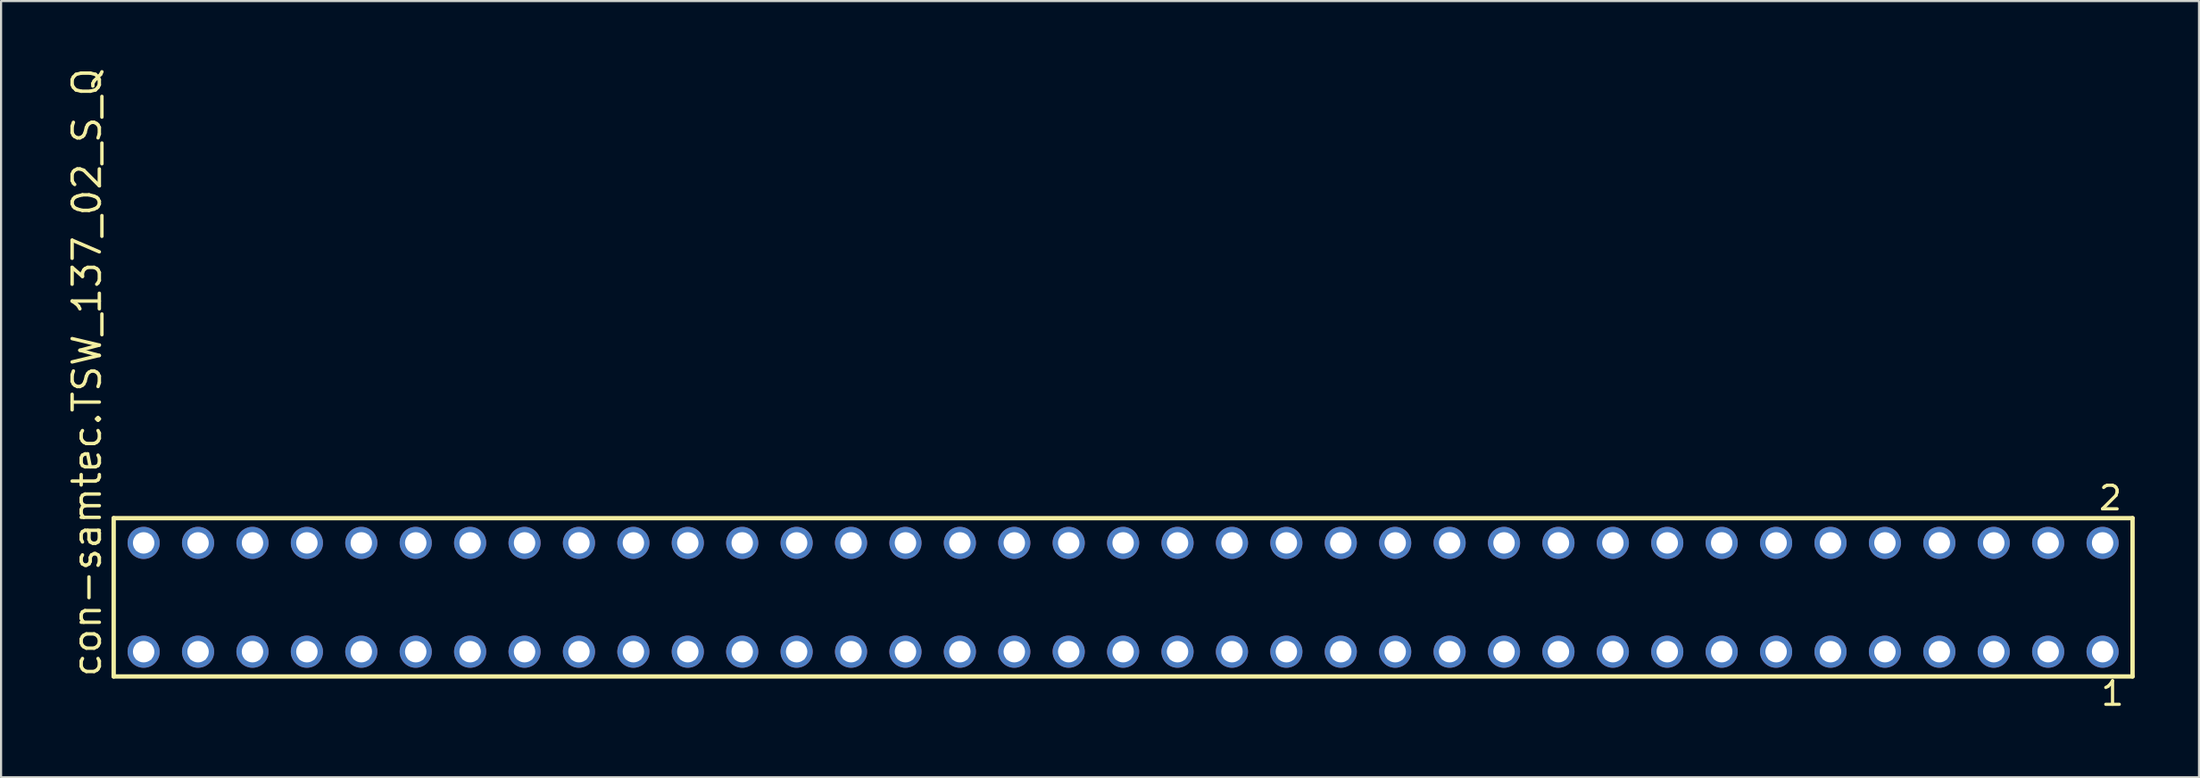
<source format=kicad_pcb>
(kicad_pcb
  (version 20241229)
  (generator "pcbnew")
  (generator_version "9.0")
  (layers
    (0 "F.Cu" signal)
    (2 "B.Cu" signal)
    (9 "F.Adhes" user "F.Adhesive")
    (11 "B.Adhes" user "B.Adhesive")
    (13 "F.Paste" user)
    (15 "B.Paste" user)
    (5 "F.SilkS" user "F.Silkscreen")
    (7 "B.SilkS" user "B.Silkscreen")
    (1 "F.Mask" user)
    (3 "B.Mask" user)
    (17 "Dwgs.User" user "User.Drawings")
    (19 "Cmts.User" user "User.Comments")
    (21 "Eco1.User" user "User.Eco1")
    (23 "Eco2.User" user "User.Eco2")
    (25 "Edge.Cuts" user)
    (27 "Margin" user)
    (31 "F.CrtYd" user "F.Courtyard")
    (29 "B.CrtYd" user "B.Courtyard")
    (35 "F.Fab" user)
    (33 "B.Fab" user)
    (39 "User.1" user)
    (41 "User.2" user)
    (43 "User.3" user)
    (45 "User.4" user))
  (footprint "con-samtec.TSW_137_02_S_Q"
    (layer "F.Cu")
    (at 49.375 24.84)
    (property "Reference" "con-samtec.TSW_137_02_S_Q" (at -47.625 3.81 90) (layer "F.SilkS") (effects (font (size 1.27 1.27) (thickness 0.16)) (justify left bottom)))
    (attr through_hole)
    (fp_line (start -47.119 -3.695) (end 47.119 -3.695) (stroke (width 0.203) (type default)) (layer "F.SilkS"))
    (fp_line (start -47.119 3.695) (end -47.119 -3.695) (stroke (width 0.203) (type default)) (layer "F.SilkS"))
    (fp_line (start 47.119 -3.695) (end 47.119 3.695) (stroke (width 0.203) (type default)) (layer "F.SilkS"))
    (fp_line (start 47.119 3.695) (end -47.119 3.695) (stroke (width 0.203) (type default)) (layer "F.SilkS"))
    (fp_rect (start -46.07 -2.19) (end -45.37 -2.89) (stroke (width 0.05) (type default)) (fill no) (layer "F.Fab"))
    (fp_rect (start -46.07 2.89) (end -45.37 2.19) (stroke (width 0.05) (type default)) (fill no) (layer "F.Fab"))
    (fp_rect (start -43.53 -2.19) (end -42.83 -2.89) (stroke (width 0.05) (type default)) (fill no) (layer "F.Fab"))
    (fp_rect (start -43.53 2.89) (end -42.83 2.19) (stroke (width 0.05) (type default)) (fill no) (layer "F.Fab"))
    (fp_rect (start -40.99 -2.19) (end -40.29 -2.89) (stroke (width 0.05) (type default)) (fill no) (layer "F.Fab"))
    (fp_rect (start -40.99 2.89) (end -40.29 2.19) (stroke (width 0.05) (type default)) (fill no) (layer "F.Fab"))
    (fp_rect (start -38.45 -2.19) (end -37.75 -2.89) (stroke (width 0.05) (type default)) (fill no) (layer "F.Fab"))
    (fp_rect (start -38.45 2.89) (end -37.75 2.19) (stroke (width 0.05) (type default)) (fill no) (layer "F.Fab"))
    (fp_rect (start -35.91 -2.19) (end -35.21 -2.89) (stroke (width 0.05) (type default)) (fill no) (layer "F.Fab"))
    (fp_rect (start -35.91 2.89) (end -35.21 2.19) (stroke (width 0.05) (type default)) (fill no) (layer "F.Fab"))
    (fp_rect (start -33.37 -2.19) (end -32.67 -2.89) (stroke (width 0.05) (type default)) (fill no) (layer "F.Fab"))
    (fp_rect (start -33.37 2.89) (end -32.67 2.19) (stroke (width 0.05) (type default)) (fill no) (layer "F.Fab"))
    (fp_rect (start -30.83 -2.19) (end -30.13 -2.89) (stroke (width 0.05) (type default)) (fill no) (layer "F.Fab"))
    (fp_rect (start -30.83 2.89) (end -30.13 2.19) (stroke (width 0.05) (type default)) (fill no) (layer "F.Fab"))
    (fp_rect (start -28.29 -2.19) (end -27.59 -2.89) (stroke (width 0.05) (type default)) (fill no) (layer "F.Fab"))
    (fp_rect (start -28.29 2.89) (end -27.59 2.19) (stroke (width 0.05) (type default)) (fill no) (layer "F.Fab"))
    (fp_rect (start -25.75 -2.19) (end -25.05 -2.89) (stroke (width 0.05) (type default)) (fill no) (layer "F.Fab"))
    (fp_rect (start -25.75 2.89) (end -25.05 2.19) (stroke (width 0.05) (type default)) (fill no) (layer "F.Fab"))
    (fp_rect (start -23.21 -2.19) (end -22.51 -2.89) (stroke (width 0.05) (type default)) (fill no) (layer "F.Fab"))
    (fp_rect (start -23.21 2.89) (end -22.51 2.19) (stroke (width 0.05) (type default)) (fill no) (layer "F.Fab"))
    (fp_rect (start -20.67 -2.19) (end -19.97 -2.89) (stroke (width 0.05) (type default)) (fill no) (layer "F.Fab"))
    (fp_rect (start -20.67 2.89) (end -19.97 2.19) (stroke (width 0.05) (type default)) (fill no) (layer "F.Fab"))
    (fp_rect (start -18.13 -2.19) (end -17.43 -2.89) (stroke (width 0.05) (type default)) (fill no) (layer "F.Fab"))
    (fp_rect (start -18.13 2.89) (end -17.43 2.19) (stroke (width 0.05) (type default)) (fill no) (layer "F.Fab"))
    (fp_rect (start -15.59 -2.19) (end -14.89 -2.89) (stroke (width 0.05) (type default)) (fill no) (layer "F.Fab"))
    (fp_rect (start -15.59 2.89) (end -14.89 2.19) (stroke (width 0.05) (type default)) (fill no) (layer "F.Fab"))
    (fp_rect (start -13.05 -2.19) (end -12.35 -2.89) (stroke (width 0.05) (type default)) (fill no) (layer "F.Fab"))
    (fp_rect (start -13.05 2.89) (end -12.35 2.19) (stroke (width 0.05) (type default)) (fill no) (layer "F.Fab"))
    (fp_rect (start -10.51 -2.19) (end -9.81 -2.89) (stroke (width 0.05) (type default)) (fill no) (layer "F.Fab"))
    (fp_rect (start -10.51 2.89) (end -9.81 2.19) (stroke (width 0.05) (type default)) (fill no) (layer "F.Fab"))
    (fp_rect (start -7.97 -2.19) (end -7.27 -2.89) (stroke (width 0.05) (type default)) (fill no) (layer "F.Fab"))
    (fp_rect (start -7.97 2.89) (end -7.27 2.19) (stroke (width 0.05) (type default)) (fill no) (layer "F.Fab"))
    (fp_rect (start -5.43 -2.19) (end -4.73 -2.89) (stroke (width 0.05) (type default)) (fill no) (layer "F.Fab"))
    (fp_rect (start -5.43 2.89) (end -4.73 2.19) (stroke (width 0.05) (type default)) (fill no) (layer "F.Fab"))
    (fp_rect (start -2.89 -2.19) (end -2.19 -2.89) (stroke (width 0.05) (type default)) (fill no) (layer "F.Fab"))
    (fp_rect (start -2.89 2.89) (end -2.19 2.19) (stroke (width 0.05) (type default)) (fill no) (layer "F.Fab"))
    (fp_rect (start -0.35 -2.19) (end 0.35 -2.89) (stroke (width 0.05) (type default)) (fill no) (layer "F.Fab"))
    (fp_rect (start -0.35 2.89) (end 0.35 2.19) (stroke (width 0.05) (type default)) (fill no) (layer "F.Fab"))
    (fp_rect (start 2.19 -2.19) (end 2.89 -2.89) (stroke (width 0.05) (type default)) (fill no) (layer "F.Fab"))
    (fp_rect (start 2.19 2.89) (end 2.89 2.19) (stroke (width 0.05) (type default)) (fill no) (layer "F.Fab"))
    (fp_rect (start 4.73 -2.19) (end 5.43 -2.89) (stroke (width 0.05) (type default)) (fill no) (layer "F.Fab"))
    (fp_rect (start 4.73 2.89) (end 5.43 2.19) (stroke (width 0.05) (type default)) (fill no) (layer "F.Fab"))
    (fp_rect (start 7.27 -2.19) (end 7.97 -2.89) (stroke (width 0.05) (type default)) (fill no) (layer "F.Fab"))
    (fp_rect (start 7.27 2.89) (end 7.97 2.19) (stroke (width 0.05) (type default)) (fill no) (layer "F.Fab"))
    (fp_rect (start 9.81 -2.19) (end 10.51 -2.89) (stroke (width 0.05) (type default)) (fill no) (layer "F.Fab"))
    (fp_rect (start 9.81 2.89) (end 10.51 2.19) (stroke (width 0.05) (type default)) (fill no) (layer "F.Fab"))
    (fp_rect (start 12.35 -2.19) (end 13.05 -2.89) (stroke (width 0.05) (type default)) (fill no) (layer "F.Fab"))
    (fp_rect (start 12.35 2.89) (end 13.05 2.19) (stroke (width 0.05) (type default)) (fill no) (layer "F.Fab"))
    (fp_rect (start 14.89 -2.19) (end 15.59 -2.89) (stroke (width 0.05) (type default)) (fill no) (layer "F.Fab"))
    (fp_rect (start 14.89 2.89) (end 15.59 2.19) (stroke (width 0.05) (type default)) (fill no) (layer "F.Fab"))
    (fp_rect (start 17.43 -2.19) (end 18.13 -2.89) (stroke (width 0.05) (type default)) (fill no) (layer "F.Fab"))
    (fp_rect (start 17.43 2.89) (end 18.13 2.19) (stroke (width 0.05) (type default)) (fill no) (layer "F.Fab"))
    (fp_rect (start 19.97 -2.19) (end 20.67 -2.89) (stroke (width 0.05) (type default)) (fill no) (layer "F.Fab"))
    (fp_rect (start 19.97 2.89) (end 20.67 2.19) (stroke (width 0.05) (type default)) (fill no) (layer "F.Fab"))
    (fp_rect (start 22.51 -2.19) (end 23.21 -2.89) (stroke (width 0.05) (type default)) (fill no) (layer "F.Fab"))
    (fp_rect (start 22.51 2.89) (end 23.21 2.19) (stroke (width 0.05) (type default)) (fill no) (layer "F.Fab"))
    (fp_rect (start 25.05 -2.19) (end 25.75 -2.89) (stroke (width 0.05) (type default)) (fill no) (layer "F.Fab"))
    (fp_rect (start 25.05 2.89) (end 25.75 2.19) (stroke (width 0.05) (type default)) (fill no) (layer "F.Fab"))
    (fp_rect (start 27.59 -2.19) (end 28.29 -2.89) (stroke (width 0.05) (type default)) (fill no) (layer "F.Fab"))
    (fp_rect (start 27.59 2.89) (end 28.29 2.19) (stroke (width 0.05) (type default)) (fill no) (layer "F.Fab"))
    (fp_rect (start 30.13 -2.19) (end 30.83 -2.89) (stroke (width 0.05) (type default)) (fill no) (layer "F.Fab"))
    (fp_rect (start 30.13 2.89) (end 30.83 2.19) (stroke (width 0.05) (type default)) (fill no) (layer "F.Fab"))
    (fp_rect (start 32.67 -2.19) (end 33.37 -2.89) (stroke (width 0.05) (type default)) (fill no) (layer "F.Fab"))
    (fp_rect (start 32.67 2.89) (end 33.37 2.19) (stroke (width 0.05) (type default)) (fill no) (layer "F.Fab"))
    (fp_rect (start 35.21 -2.19) (end 35.91 -2.89) (stroke (width 0.05) (type default)) (fill no) (layer "F.Fab"))
    (fp_rect (start 35.21 2.89) (end 35.91 2.19) (stroke (width 0.05) (type default)) (fill no) (layer "F.Fab"))
    (fp_rect (start 37.75 -2.19) (end 38.45 -2.89) (stroke (width 0.05) (type default)) (fill no) (layer "F.Fab"))
    (fp_rect (start 37.75 2.89) (end 38.45 2.19) (stroke (width 0.05) (type default)) (fill no) (layer "F.Fab"))
    (fp_rect (start 40.29 -2.19) (end 40.99 -2.89) (stroke (width 0.05) (type default)) (fill no) (layer "F.Fab"))
    (fp_rect (start 40.29 2.89) (end 40.99 2.19) (stroke (width 0.05) (type default)) (fill no) (layer "F.Fab"))
    (fp_rect (start 42.83 -2.19) (end 43.53 -2.89) (stroke (width 0.05) (type default)) (fill no) (layer "F.Fab"))
    (fp_rect (start 42.83 2.89) (end 43.53 2.19) (stroke (width 0.05) (type default)) (fill no) (layer "F.Fab"))
    (fp_rect (start 45.37 -2.19) (end 46.07 -2.89) (stroke (width 0.05) (type default)) (fill no) (layer "F.Fab"))
    (fp_rect (start 45.37 2.89) (end 46.07 2.19) (stroke (width 0.05) (type default)) (fill no) (layer "F.Fab"))
    (fp_text user "2" (at 45.462 -3.989 0) (layer "F.SilkS") (effects (font (size 1.1 1.1) (thickness 0.15)) (justify left bottom)))
    (fp_text user "1" (at 45.562 5.138 0) (layer "F.SilkS") (effects (font (size 1.1 1.1) (thickness 0.15)) (justify left bottom)))
    (pad "1" thru_hole circle (at 45.72 2.54 180) (size 1.5 1.5) (drill 1) (layers "*.Cu" "*.Mask"))
    (pad "2" thru_hole circle (at 45.72 -2.54 180) (size 1.5 1.5) (drill 1) (layers "*.Cu" "*.Mask"))
    (pad "3" thru_hole circle (at 43.18 2.54 180) (size 1.5 1.5) (drill 1) (layers "*.Cu" "*.Mask"))
    (pad "4" thru_hole circle (at 43.18 -2.54 180) (size 1.5 1.5) (drill 1) (layers "*.Cu" "*.Mask"))
    (pad "5" thru_hole circle (at 40.64 2.54 180) (size 1.5 1.5) (drill 1) (layers "*.Cu" "*.Mask"))
    (pad "6" thru_hole circle (at 40.64 -2.54 180) (size 1.5 1.5) (drill 1) (layers "*.Cu" "*.Mask"))
    (pad "7" thru_hole circle (at 38.1 2.54 180) (size 1.5 1.5) (drill 1) (layers "*.Cu" "*.Mask"))
    (pad "8" thru_hole circle (at 38.1 -2.54 180) (size 1.5 1.5) (drill 1) (layers "*.Cu" "*.Mask"))
    (pad "9" thru_hole circle (at 35.56 2.54 180) (size 1.5 1.5) (drill 1) (layers "*.Cu" "*.Mask"))
    (pad "10" thru_hole circle (at 35.56 -2.54 180) (size 1.5 1.5) (drill 1) (layers "*.Cu" "*.Mask"))
    (pad "11" thru_hole circle (at 33.02 2.54 180) (size 1.5 1.5) (drill 1) (layers "*.Cu" "*.Mask"))
    (pad "12" thru_hole circle (at 33.02 -2.54 180) (size 1.5 1.5) (drill 1) (layers "*.Cu" "*.Mask"))
    (pad "13" thru_hole circle (at 30.48 2.54 180) (size 1.5 1.5) (drill 1) (layers "*.Cu" "*.Mask"))
    (pad "14" thru_hole circle (at 30.48 -2.54 180) (size 1.5 1.5) (drill 1) (layers "*.Cu" "*.Mask"))
    (pad "15" thru_hole circle (at 27.94 2.54 180) (size 1.5 1.5) (drill 1) (layers "*.Cu" "*.Mask"))
    (pad "16" thru_hole circle (at 27.94 -2.54 180) (size 1.5 1.5) (drill 1) (layers "*.Cu" "*.Mask"))
    (pad "17" thru_hole circle (at 25.4 2.54 180) (size 1.5 1.5) (drill 1) (layers "*.Cu" "*.Mask"))
    (pad "18" thru_hole circle (at 25.4 -2.54 180) (size 1.5 1.5) (drill 1) (layers "*.Cu" "*.Mask"))
    (pad "19" thru_hole circle (at 22.86 2.54 180) (size 1.5 1.5) (drill 1) (layers "*.Cu" "*.Mask"))
    (pad "20" thru_hole circle (at 22.86 -2.54 180) (size 1.5 1.5) (drill 1) (layers "*.Cu" "*.Mask"))
    (pad "21" thru_hole circle (at 20.32 2.54 180) (size 1.5 1.5) (drill 1) (layers "*.Cu" "*.Mask"))
    (pad "22" thru_hole circle (at 20.32 -2.54 180) (size 1.5 1.5) (drill 1) (layers "*.Cu" "*.Mask"))
    (pad "23" thru_hole circle (at 17.78 2.54 180) (size 1.5 1.5) (drill 1) (layers "*.Cu" "*.Mask"))
    (pad "24" thru_hole circle (at 17.78 -2.54 180) (size 1.5 1.5) (drill 1) (layers "*.Cu" "*.Mask"))
    (pad "25" thru_hole circle (at 15.24 2.54 180) (size 1.5 1.5) (drill 1) (layers "*.Cu" "*.Mask"))
    (pad "26" thru_hole circle (at 15.24 -2.54 180) (size 1.5 1.5) (drill 1) (layers "*.Cu" "*.Mask"))
    (pad "27" thru_hole circle (at 12.7 2.54 180) (size 1.5 1.5) (drill 1) (layers "*.Cu" "*.Mask"))
    (pad "28" thru_hole circle (at 12.7 -2.54 180) (size 1.5 1.5) (drill 1) (layers "*.Cu" "*.Mask"))
    (pad "29" thru_hole circle (at 10.16 2.54 180) (size 1.5 1.5) (drill 1) (layers "*.Cu" "*.Mask"))
    (pad "30" thru_hole circle (at 10.16 -2.54 180) (size 1.5 1.5) (drill 1) (layers "*.Cu" "*.Mask"))
    (pad "31" thru_hole circle (at 7.62 2.54 180) (size 1.5 1.5) (drill 1) (layers "*.Cu" "*.Mask"))
    (pad "32" thru_hole circle (at 7.62 -2.54 180) (size 1.5 1.5) (drill 1) (layers "*.Cu" "*.Mask"))
    (pad "33" thru_hole circle (at 5.08 2.54 180) (size 1.5 1.5) (drill 1) (layers "*.Cu" "*.Mask"))
    (pad "34" thru_hole circle (at 5.08 -2.54 180) (size 1.5 1.5) (drill 1) (layers "*.Cu" "*.Mask"))
    (pad "35" thru_hole circle (at 2.54 2.54 180) (size 1.5 1.5) (drill 1) (layers "*.Cu" "*.Mask"))
    (pad "36" thru_hole circle (at 2.54 -2.54 180) (size 1.5 1.5) (drill 1) (layers "*.Cu" "*.Mask"))
    (pad "37" thru_hole circle (at 0 2.54 180) (size 1.5 1.5) (drill 1) (layers "*.Cu" "*.Mask"))
    (pad "38" thru_hole circle (at 0 -2.54 180) (size 1.5 1.5) (drill 1) (layers "*.Cu" "*.Mask"))
    (pad "39" thru_hole circle (at -2.54 2.54 180) (size 1.5 1.5) (drill 1) (layers "*.Cu" "*.Mask"))
    (pad "40" thru_hole circle (at -2.54 -2.54 180) (size 1.5 1.5) (drill 1) (layers "*.Cu" "*.Mask"))
    (pad "41" thru_hole circle (at -5.08 2.54 180) (size 1.5 1.5) (drill 1) (layers "*.Cu" "*.Mask"))
    (pad "42" thru_hole circle (at -5.08 -2.54 180) (size 1.5 1.5) (drill 1) (layers "*.Cu" "*.Mask"))
    (pad "43" thru_hole circle (at -7.62 2.54 180) (size 1.5 1.5) (drill 1) (layers "*.Cu" "*.Mask"))
    (pad "44" thru_hole circle (at -7.62 -2.54 180) (size 1.5 1.5) (drill 1) (layers "*.Cu" "*.Mask"))
    (pad "45" thru_hole circle (at -10.16 2.54 180) (size 1.5 1.5) (drill 1) (layers "*.Cu" "*.Mask"))
    (pad "46" thru_hole circle (at -10.16 -2.54 180) (size 1.5 1.5) (drill 1) (layers "*.Cu" "*.Mask"))
    (pad "47" thru_hole circle (at -12.7 2.54 180) (size 1.5 1.5) (drill 1) (layers "*.Cu" "*.Mask"))
    (pad "48" thru_hole circle (at -12.7 -2.54 180) (size 1.5 1.5) (drill 1) (layers "*.Cu" "*.Mask"))
    (pad "49" thru_hole circle (at -15.24 2.54 180) (size 1.5 1.5) (drill 1) (layers "*.Cu" "*.Mask"))
    (pad "50" thru_hole circle (at -15.24 -2.54 180) (size 1.5 1.5) (drill 1) (layers "*.Cu" "*.Mask"))
    (pad "51" thru_hole circle (at -17.78 2.54 180) (size 1.5 1.5) (drill 1) (layers "*.Cu" "*.Mask"))
    (pad "52" thru_hole circle (at -17.78 -2.54 180) (size 1.5 1.5) (drill 1) (layers "*.Cu" "*.Mask"))
    (pad "53" thru_hole circle (at -20.32 2.54 180) (size 1.5 1.5) (drill 1) (layers "*.Cu" "*.Mask"))
    (pad "54" thru_hole circle (at -20.32 -2.54 180) (size 1.5 1.5) (drill 1) (layers "*.Cu" "*.Mask"))
    (pad "55" thru_hole circle (at -22.86 2.54 180) (size 1.5 1.5) (drill 1) (layers "*.Cu" "*.Mask"))
    (pad "56" thru_hole circle (at -22.86 -2.54 180) (size 1.5 1.5) (drill 1) (layers "*.Cu" "*.Mask"))
    (pad "57" thru_hole circle (at -25.4 2.54 180) (size 1.5 1.5) (drill 1) (layers "*.Cu" "*.Mask"))
    (pad "58" thru_hole circle (at -25.4 -2.54 180) (size 1.5 1.5) (drill 1) (layers "*.Cu" "*.Mask"))
    (pad "59" thru_hole circle (at -27.94 2.54 180) (size 1.5 1.5) (drill 1) (layers "*.Cu" "*.Mask"))
    (pad "60" thru_hole circle (at -27.94 -2.54 180) (size 1.5 1.5) (drill 1) (layers "*.Cu" "*.Mask"))
    (pad "61" thru_hole circle (at -30.48 2.54 180) (size 1.5 1.5) (drill 1) (layers "*.Cu" "*.Mask"))
    (pad "62" thru_hole circle (at -30.48 -2.54 180) (size 1.5 1.5) (drill 1) (layers "*.Cu" "*.Mask"))
    (pad "63" thru_hole circle (at -33.02 2.54 180) (size 1.5 1.5) (drill 1) (layers "*.Cu" "*.Mask"))
    (pad "64" thru_hole circle (at -33.02 -2.54 180) (size 1.5 1.5) (drill 1) (layers "*.Cu" "*.Mask"))
    (pad "65" thru_hole circle (at -35.56 2.54 180) (size 1.5 1.5) (drill 1) (layers "*.Cu" "*.Mask"))
    (pad "66" thru_hole circle (at -35.56 -2.54 180) (size 1.5 1.5) (drill 1) (layers "*.Cu" "*.Mask"))
    (pad "67" thru_hole circle (at -38.1 2.54 180) (size 1.5 1.5) (drill 1) (layers "*.Cu" "*.Mask"))
    (pad "68" thru_hole circle (at -38.1 -2.54 180) (size 1.5 1.5) (drill 1) (layers "*.Cu" "*.Mask"))
    (pad "69" thru_hole circle (at -40.64 2.54 180) (size 1.5 1.5) (drill 1) (layers "*.Cu" "*.Mask"))
    (pad "70" thru_hole circle (at -40.64 -2.54 180) (size 1.5 1.5) (drill 1) (layers "*.Cu" "*.Mask"))
    (pad "71" thru_hole circle (at -43.18 2.54 180) (size 1.5 1.5) (drill 1) (layers "*.Cu" "*.Mask"))
    (pad "72" thru_hole circle (at -43.18 -2.54 180) (size 1.5 1.5) (drill 1) (layers "*.Cu" "*.Mask"))
    (pad "73" thru_hole circle (at -45.72 2.54 180) (size 1.5 1.5) (drill 1) (layers "*.Cu" "*.Mask"))
    (pad "74" thru_hole circle (at -45.72 -2.54 180) (size 1.5 1.5) (drill 1) (layers "*.Cu" "*.Mask")))
  (gr_rect
    (start -3 -3)
    (end 99.596 33.241)
    (stroke (width 0.1) (type default))
    (fill no)
    (layer "Edge.Cuts")))
</source>
